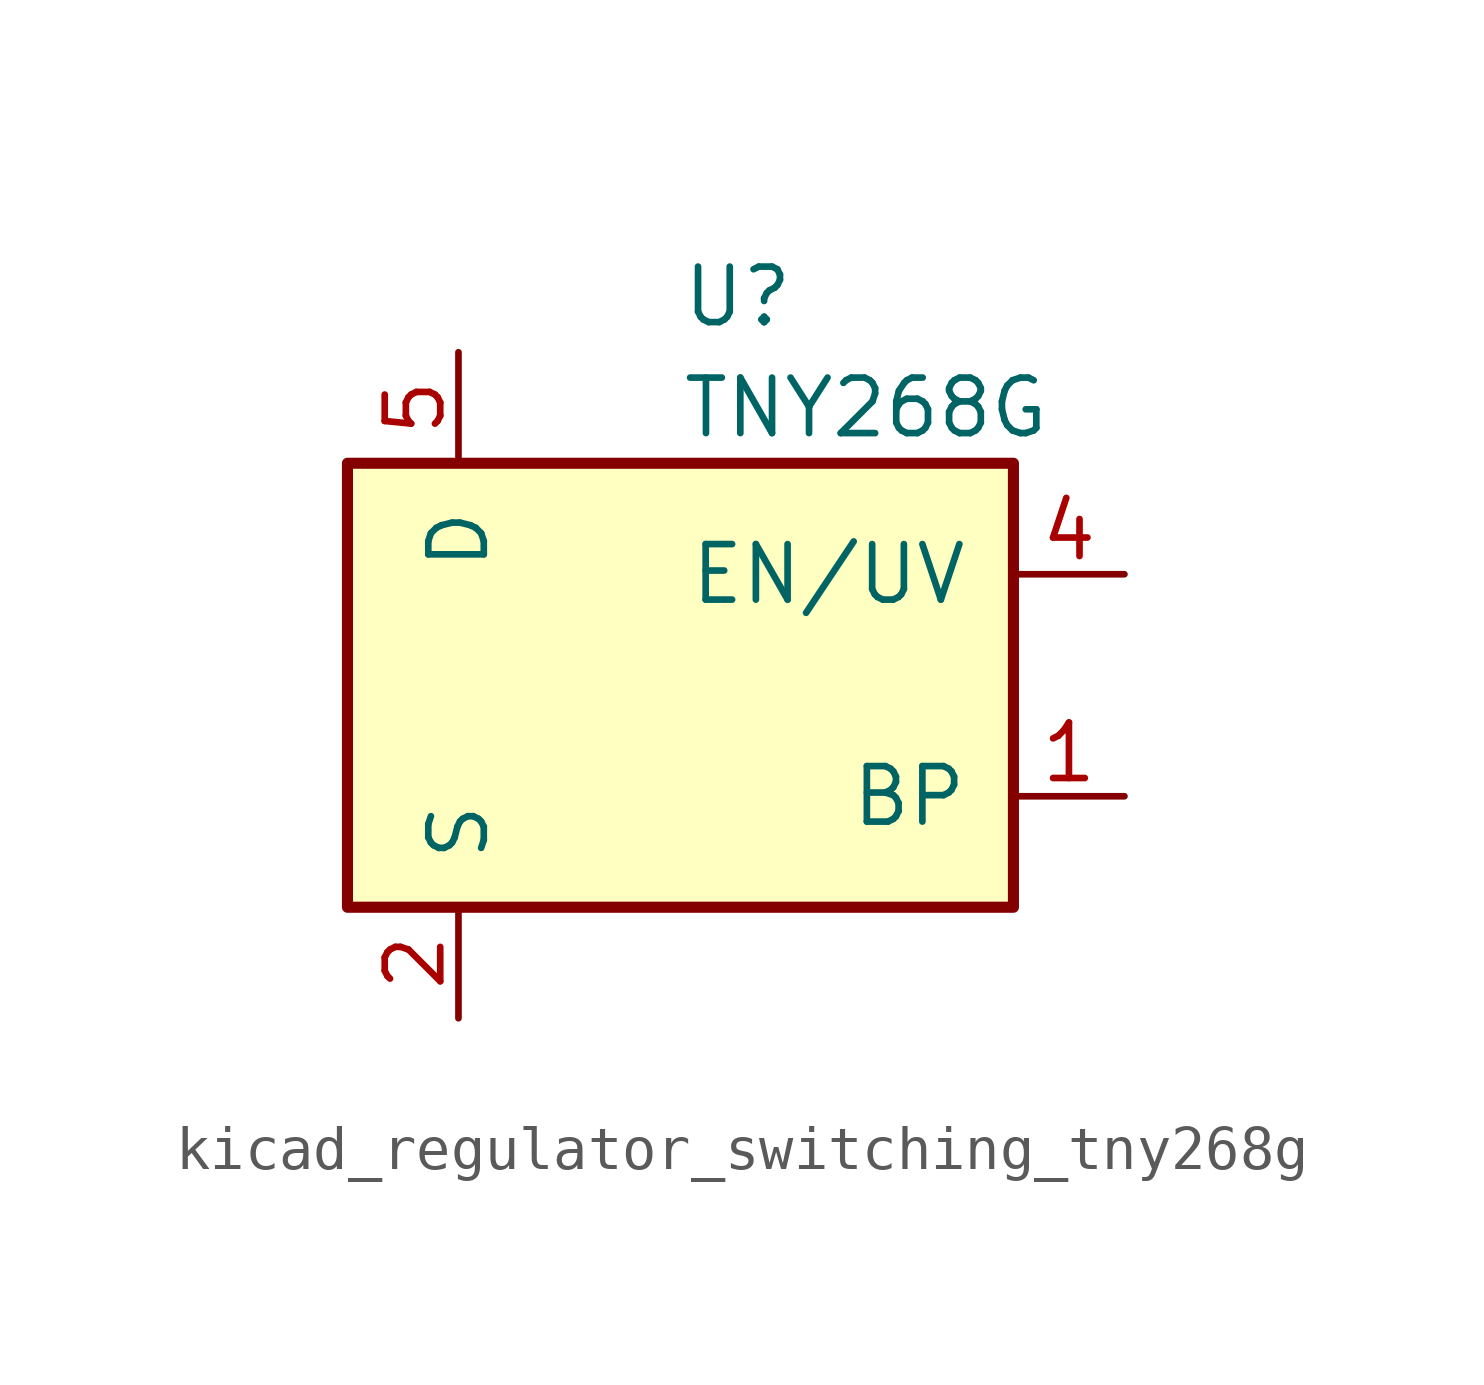
<source format=kicad_sym>
(kicad_symbol_lib
  (version 20220914)
  (generator kicad_symbol_editor)
  (symbol "kicad_regulator_switching_tny268g"
    (pin_names
      (offset 1.016))
    (property "Reference" "U"
      (at 0 8.89 0)
      (effects (font (size 1.27 1.27)) (justify left)))
    (property "Value" "TNY268G"
      (at 0 6.35 0)
      (effects (font (size 1.27 1.27)) (justify left)))
    (symbol "kicad_regulator_switching_tny268g_0_1"
      (rectangle (start -7.62 5.08) (end 7.62 -5.08) (stroke (width 0.254) (type default)) (fill (type background))))
    (symbol "kicad_regulator_switching_tny268g_1_1"
      (pin input line (at 10.16 -2.54 180) (length 2.54) (name "BP" (effects (font (size 1.27 1.27)))) (number "1" (effects (font (size 1.27 1.27)))))
      (pin power_in line (at -5.08 -7.62 90) (length 2.54) (name "S" (effects (font (size 1.27 1.27)))) (number "2" (effects (font (size 1.27 1.27)))))
      (pin passive line (at -5.08 -7.62 90) (length 2.54) hide (name "S" (effects (font (size 1.27 1.27)))) (number "3" (effects (font (size 1.27 1.27)))))
      (pin input line (at 10.16 2.54 180) (length 2.54) (name "EN/UV" (effects (font (size 1.27 1.27)))) (number "4" (effects (font (size 1.27 1.27)))))
      (pin open_collector line (at -5.08 7.62 270) (length 2.54) (name "D" (effects (font (size 1.27 1.27)))) (number "5" (effects (font (size 1.27 1.27)))))
      (pin passive line (at -5.08 -7.62 90) (length 2.54) hide (name "S" (effects (font (size 1.27 1.27)))) (number "7" (effects (font (size 1.27 1.27)))))
      (pin passive line (at -5.08 -7.62 90) (length 2.54) hide (name "S" (effects (font (size 1.27 1.27)))) (number "8" (effects (font (size 1.27 1.27))))))))
</source>
